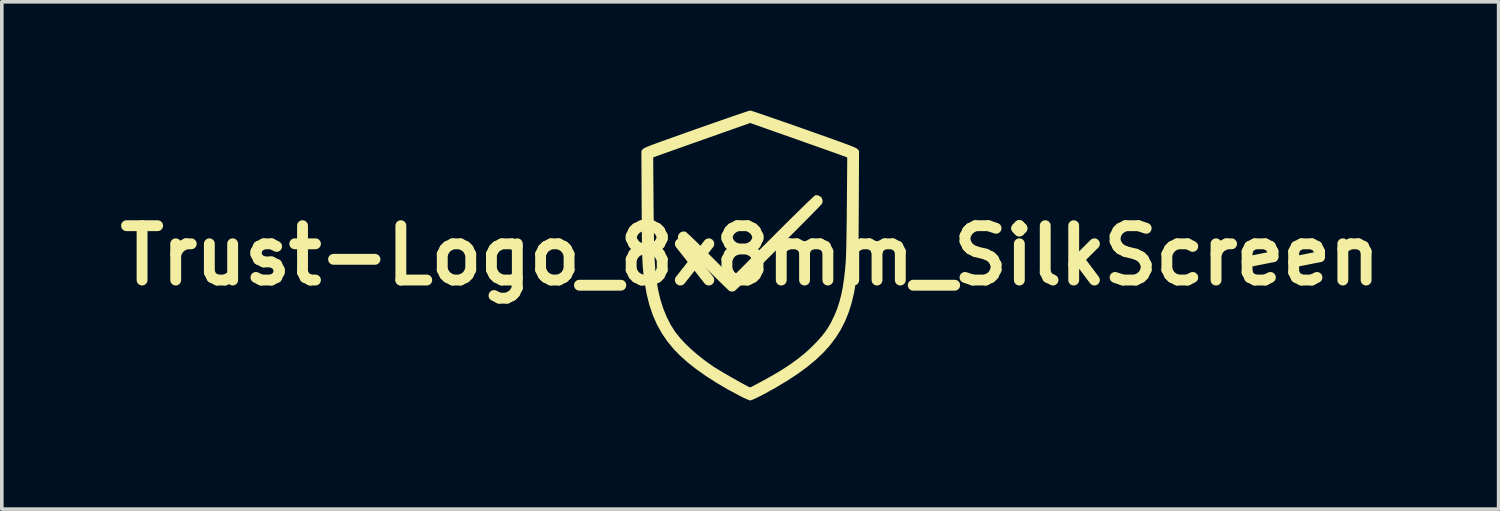
<source format=kicad_pcb>
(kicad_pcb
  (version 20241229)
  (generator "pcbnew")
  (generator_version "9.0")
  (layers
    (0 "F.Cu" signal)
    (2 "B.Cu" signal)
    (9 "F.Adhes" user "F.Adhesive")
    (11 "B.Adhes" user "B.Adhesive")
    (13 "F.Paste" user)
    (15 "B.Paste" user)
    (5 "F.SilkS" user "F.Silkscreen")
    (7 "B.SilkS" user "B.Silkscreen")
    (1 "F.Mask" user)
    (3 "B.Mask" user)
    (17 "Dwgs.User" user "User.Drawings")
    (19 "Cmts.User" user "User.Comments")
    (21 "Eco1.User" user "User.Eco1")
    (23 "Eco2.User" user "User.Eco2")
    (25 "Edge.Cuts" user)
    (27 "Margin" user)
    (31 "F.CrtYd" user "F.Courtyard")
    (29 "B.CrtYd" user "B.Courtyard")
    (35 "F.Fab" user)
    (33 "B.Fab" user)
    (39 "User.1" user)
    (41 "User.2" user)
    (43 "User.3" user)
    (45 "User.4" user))
  (footprint "Trust-Logo_8x8mm_SilkScreen"
    (layer "F.Cu")
    (at 17.657 4.001)
    (property "Reference" "Trust-Logo_8x8mm_SilkScreen" (at 0 0 0) (layer "F.SilkS") (effects (font (size 1.5 1.5) (thickness 0.3))))
    (attr board_only exclude_from_pos_files exclude_from_bom)
    (fp_poly (pts (xy 1.86 -1.662) (xy 1.918 -1.639) (xy 1.965 -1.599) (xy 1.976 -1.581) (xy 1.998 -1.518) (xy 1.993 -1.46) (xy 1.978 -1.426) (xy 1.964 -1.409) (xy 1.93 -1.372) (xy 1.877 -1.316) (xy 1.806 -1.244) (xy 1.721 -1.157) (xy 1.623 -1.057) (xy 1.513 -0.946) (xy 1.393 -0.825) (xy 1.265 -0.696) (xy 1.13 -0.561) (xy 0.992 -0.422) (xy 0.85 -0.281) (xy 0.708 -0.138) (xy 0.566 0.003) (xy 0.427 0.142) (xy 0.292 0.275) (xy 0.164 0.403) (xy 0.043 0.523) (xy -0.068 0.632) (xy -0.168 0.73) (xy -0.254 0.815) (xy -0.326 0.884) (xy -0.381 0.936) (xy -0.417 0.97) (xy -0.433 0.983) (xy -0.495 0.999) (xy -0.558 0.988) (xy -0.571 0.982) (xy -0.589 0.967) (xy -0.627 0.933) (xy -0.682 0.88) (xy -0.752 0.812) (xy -0.834 0.732) (xy -0.927 0.641) (xy -1.027 0.542) (xy -1.133 0.437) (xy -1.241 0.328) (xy -1.351 0.219) (xy -1.458 0.111) (xy -1.562 0.006) (xy -1.66 -0.092) (xy -1.748 -0.183) (xy -1.826 -0.262) (xy -1.89 -0.329) (xy -1.939 -0.38) (xy -1.969 -0.413) (xy -1.978 -0.425) (xy -1.999 -0.488) (xy -1.99 -0.549) (xy -1.971 -0.588) (xy -1.926 -0.636) (xy -1.867 -0.661) (xy -1.805 -0.661) (xy -1.788 -0.656) (xy -1.768 -0.642) (xy -1.729 -0.608) (xy -1.671 -0.555) (xy -1.598 -0.486) (xy -1.511 -0.402) (xy -1.412 -0.306) (xy -1.303 -0.199) (xy -1.186 -0.083) (xy -1.122 -0.019) (xy -0.5 0.602) (xy 0.629 -0.526) (xy 0.838 -0.735) (xy 1.026 -0.921) (xy 1.193 -1.086) (xy 1.339 -1.23) (xy 1.464 -1.352) (xy 1.569 -1.454) (xy 1.654 -1.535) (xy 1.72 -1.596) (xy 1.767 -1.638) (xy 1.794 -1.659) (xy 1.801 -1.663)) (stroke (width 0) (type solid)) (fill yes) (layer "F.SilkS"))
    (fp_poly (pts (xy 0.02 -3.996) (xy 0.067 -3.981) (xy 0.14 -3.957) (xy 0.236 -3.925) (xy 0.353 -3.885) (xy 0.49 -3.838) (xy 0.643 -3.785) (xy 0.811 -3.727) (xy 0.992 -3.664) (xy 1.185 -3.597) (xy 1.385 -3.526) (xy 1.477 -3.494) (xy 1.717 -3.409) (xy 1.93 -3.333) (xy 2.117 -3.267) (xy 2.279 -3.209) (xy 2.419 -3.159) (xy 2.538 -3.116) (xy 2.637 -3.079) (xy 2.72 -3.048) (xy 2.787 -3.023) (xy 2.84 -3.001) (xy 2.881 -2.983) (xy 2.912 -2.969) (xy 2.934 -2.957) (xy 2.949 -2.947) (xy 2.959 -2.938) (xy 2.96 -2.937) (xy 3.004 -2.888) (xy 2.997 -1.409) (xy 2.995 -1.143) (xy 2.994 -0.906) (xy 2.992 -0.696) (xy 2.991 -0.509) (xy 2.988 -0.345) (xy 2.986 -0.2) (xy 2.983 -0.072) (xy 2.98 0.042) (xy 2.975 0.143) (xy 2.97 0.234) (xy 2.965 0.318) (xy 2.958 0.397) (xy 2.95 0.473) (xy 2.941 0.549) (xy 2.931 0.626) (xy 2.92 0.708) (xy 2.916 0.735) (xy 2.866 1.031) (xy 2.8 1.308) (xy 2.718 1.569) (xy 2.618 1.816) (xy 2.499 2.049) (xy 2.36 2.27) (xy 2.199 2.482) (xy 2.015 2.686) (xy 1.806 2.884) (xy 1.571 3.078) (xy 1.31 3.269) (xy 1.02 3.459) (xy 0.7 3.65) (xy 0.694 3.654) (xy 0.562 3.728) (xy 0.437 3.796) (xy 0.322 3.857) (xy 0.219 3.91) (xy 0.132 3.952) (xy 0.063 3.982) (xy 0.016 3.999) (xy 0 4.001) (xy -0.029 3.994) (xy -0.079 3.975) (xy -0.145 3.946) (xy -0.22 3.91) (xy -0.26 3.89) (xy -0.607 3.704) (xy -0.928 3.516) (xy -1.223 3.327) (xy -1.49 3.138) (xy -1.729 2.95) (xy -1.938 2.763) (xy -2.101 2.597) (xy -2.282 2.378) (xy -2.44 2.148) (xy -2.576 1.904) (xy -2.69 1.643) (xy -2.784 1.364) (xy -2.859 1.063) (xy -2.916 0.739) (xy -2.916 0.735) (xy -2.928 0.651) (xy -2.939 0.572) (xy -2.948 0.496) (xy -2.956 0.421) (xy -2.963 0.343) (xy -2.969 0.261) (xy -2.974 0.172) (xy -2.978 0.074) (xy -2.982 -0.035) (xy -2.985 -0.159) (xy -2.988 -0.298) (xy -2.99 -0.457) (xy -2.992 -0.636) (xy -2.993 -0.839) (xy -2.995 -1.067) (xy -2.996 -1.324) (xy -2.997 -1.409) (xy -3.003 -2.704) (xy -2.678 -2.704) (xy -2.668 -1.41) (xy -2.665 -1.122) (xy -2.662 -0.862) (xy -2.659 -0.629) (xy -2.655 -0.42) (xy -2.651 -0.232) (xy -2.645 -0.064) (xy -2.639 0.086) (xy -2.631 0.223) (xy -2.623 0.347) (xy -2.613 0.461) (xy -2.601 0.567) (xy -2.588 0.668) (xy -2.574 0.767) (xy -2.557 0.865) (xy -2.541 0.953) (xy -2.481 1.21) (xy -2.402 1.459) (xy -2.306 1.695) (xy -2.196 1.913) (xy -2.072 2.107) (xy -2.052 2.134) (xy -1.932 2.283) (xy -1.788 2.437) (xy -1.623 2.595) (xy -1.443 2.75) (xy -1.251 2.901) (xy -1.054 3.041) (xy -0.989 3.084) (xy -0.924 3.124) (xy -0.844 3.173) (xy -0.753 3.228) (xy -0.653 3.286) (xy -0.548 3.347) (xy -0.443 3.406) (xy -0.341 3.464) (xy -0.246 3.517) (xy -0.161 3.563) (xy -0.09 3.6) (xy -0.038 3.627) (xy -0.007 3.641) (xy -0.001 3.642) (xy 0.014 3.635) (xy 0.052 3.616) (xy 0.107 3.588) (xy 0.175 3.552) (xy 0.202 3.538) (xy 0.471 3.393) (xy 0.713 3.254) (xy 0.932 3.12) (xy 1.129 2.989) (xy 1.309 2.858) (xy 1.474 2.726) (xy 1.627 2.591) (xy 1.729 2.493) (xy 1.861 2.358) (xy 1.971 2.233) (xy 2.065 2.114) (xy 2.146 1.995) (xy 2.22 1.869) (xy 2.248 1.814) (xy 2.331 1.641) (xy 2.402 1.464) (xy 2.462 1.279) (xy 2.513 1.083) (xy 2.556 0.87) (xy 2.59 0.637) (xy 2.619 0.38) (xy 2.635 0.188) (xy 2.64 0.102) (xy 2.645 -0.01) (xy 2.649 -0.148) (xy 2.653 -0.313) (xy 2.657 -0.506) (xy 2.66 -0.727) (xy 2.664 -0.978) (xy 2.666 -1.259) (xy 2.668 -1.41) (xy 2.678 -2.704) (xy 2.623 -2.727) (xy 2.6 -2.735) (xy 2.55 -2.753) (xy 2.475 -2.78) (xy 2.378 -2.815) (xy 2.259 -2.857) (xy 2.123 -2.906) (xy 1.97 -2.96) (xy 1.803 -3.019) (xy 1.625 -3.082) (xy 1.438 -3.148) (xy 1.284 -3.203) (xy 0 -3.656) (xy -1.284 -3.203) (xy -1.477 -3.134) (xy -1.663 -3.069) (xy -1.839 -3.006) (xy -2.003 -2.948) (xy -2.152 -2.895) (xy -2.285 -2.848) (xy -2.4 -2.807) (xy -2.493 -2.774) (xy -2.563 -2.749) (xy -2.607 -2.732) (xy -2.623 -2.727) (xy -2.678 -2.704) (xy -3.003 -2.704) (xy -3.004 -2.888) (xy -2.96 -2.937) (xy -2.95 -2.946) (xy -2.935 -2.956) (xy -2.913 -2.968) (xy -2.883 -2.982) (xy -2.843 -3) (xy -2.791 -3.021) (xy -2.725 -3.047) (xy -2.643 -3.077) (xy -2.544 -3.114) (xy -2.427 -3.156) (xy -2.288 -3.206) (xy -2.127 -3.263) (xy -1.942 -3.329) (xy -1.732 -3.404) (xy -1.493 -3.488) (xy -1.477 -3.494) (xy -1.273 -3.565) (xy -1.077 -3.634) (xy -0.891 -3.699) (xy -0.716 -3.76) (xy -0.556 -3.816) (xy -0.412 -3.865) (xy -0.286 -3.908) (xy -0.18 -3.944) (xy -0.097 -3.972) (xy -0.038 -3.991) (xy -0.005 -4) (xy 0 -4.001)) (stroke (width 0) (type solid)) (fill yes) (layer "F.SilkS")))
  (gr_rect
    (start -3 -3)
    (end 38.314 11.003)
    (stroke (width 0.1) (type default))
    (fill no)
    (layer "Edge.Cuts")))
</source>
